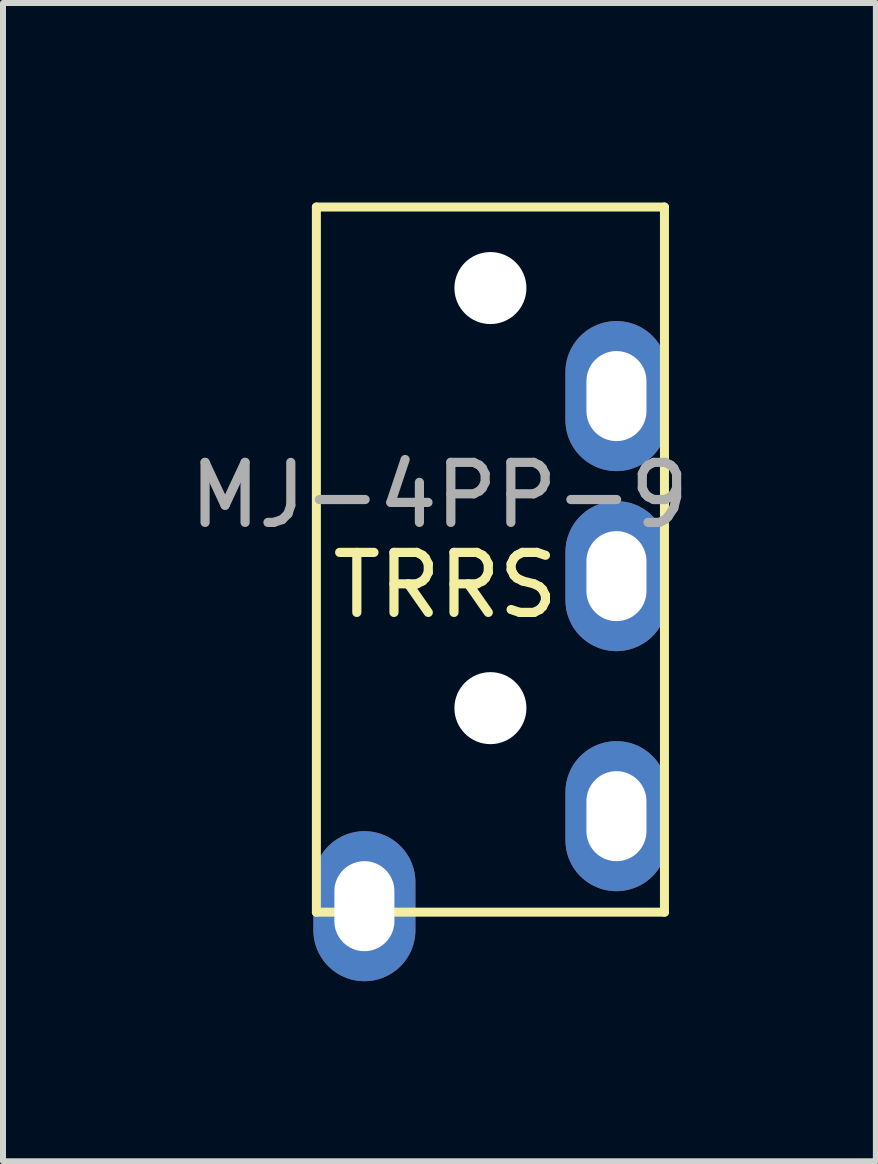
<source format=kicad_pcb>
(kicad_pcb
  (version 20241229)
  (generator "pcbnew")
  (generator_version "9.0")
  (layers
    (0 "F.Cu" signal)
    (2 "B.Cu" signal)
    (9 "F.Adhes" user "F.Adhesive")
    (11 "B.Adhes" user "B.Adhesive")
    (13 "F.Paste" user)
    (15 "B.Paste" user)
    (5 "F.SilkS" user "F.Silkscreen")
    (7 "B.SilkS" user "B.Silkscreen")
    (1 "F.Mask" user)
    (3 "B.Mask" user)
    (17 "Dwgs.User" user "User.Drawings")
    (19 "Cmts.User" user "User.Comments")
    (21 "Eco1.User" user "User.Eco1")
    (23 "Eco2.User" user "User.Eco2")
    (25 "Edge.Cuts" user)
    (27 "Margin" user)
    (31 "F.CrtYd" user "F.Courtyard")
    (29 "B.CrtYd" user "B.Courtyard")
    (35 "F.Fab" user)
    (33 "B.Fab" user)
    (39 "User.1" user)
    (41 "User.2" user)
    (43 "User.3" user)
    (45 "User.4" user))
  (footprint "MJ-4PP-9"
    (layer "F.Cu")
    (at 5.122 0.25)
    (property "Reference" "MJ-4PP-9" (at -0.85 4.95 0) (layer "F.Fab") (effects (font (size 1 1) (thickness 0.153))))
    (attr through_hole)
    (fp_line (start -2.9 0.15) (end 2.9 0.15) (stroke (width 0.15) (type solid)) (layer "F.SilkS"))
    (fp_line (start -2.9 11.9) (end -2.9 0.15) (stroke (width 0.15) (type solid)) (layer "F.SilkS"))
    (fp_line (start 2.9 0.15) (end 2.9 11.9) (stroke (width 0.15) (type solid)) (layer "F.SilkS"))
    (fp_line (start 2.9 11.9) (end -2.9 11.9) (stroke (width 0.15) (type solid)) (layer "F.SilkS"))
    (fp_text user "TRRS" (at -0.75 6.45 0) (layer "F.SilkS") (effects (font (size 1 1) (thickness 0.153))))
    (pad "" np_thru_hole circle (at 0 1.5) (size 1.2 1.2) (drill 1.2) (layers "*.Cu" "*.Mask"))
    (pad "" np_thru_hole circle (at 0 8.5) (size 1.2 1.2) (drill 1.2) (layers "*.Cu" "*.Mask"))
    (pad "A" thru_hole oval (at -2.1 11.8) (size 1.7 2.5) (drill oval 1 1.5) (layers "*.Cu" "B.Mask"))
    (pad "B" thru_hole oval (at 2.1 3.3) (size 1.7 2.5) (drill oval 1 1.5) (layers "*.Cu" "B.Mask"))
    (pad "C" thru_hole oval (at 2.1 6.3) (size 1.7 2.5) (drill oval 1 1.5) (layers "*.Cu" "B.Mask"))
    (pad "D" thru_hole oval (at 2.1 10.3) (size 1.7 2.5) (drill oval 1 1.5) (layers "*.Cu" "B.Mask")))
  (gr_rect
    (start -3 -3)
    (end 11.545 16.3)
    (stroke (width 0.1) (type default))
    (fill no)
    (layer "Edge.Cuts")))
</source>
